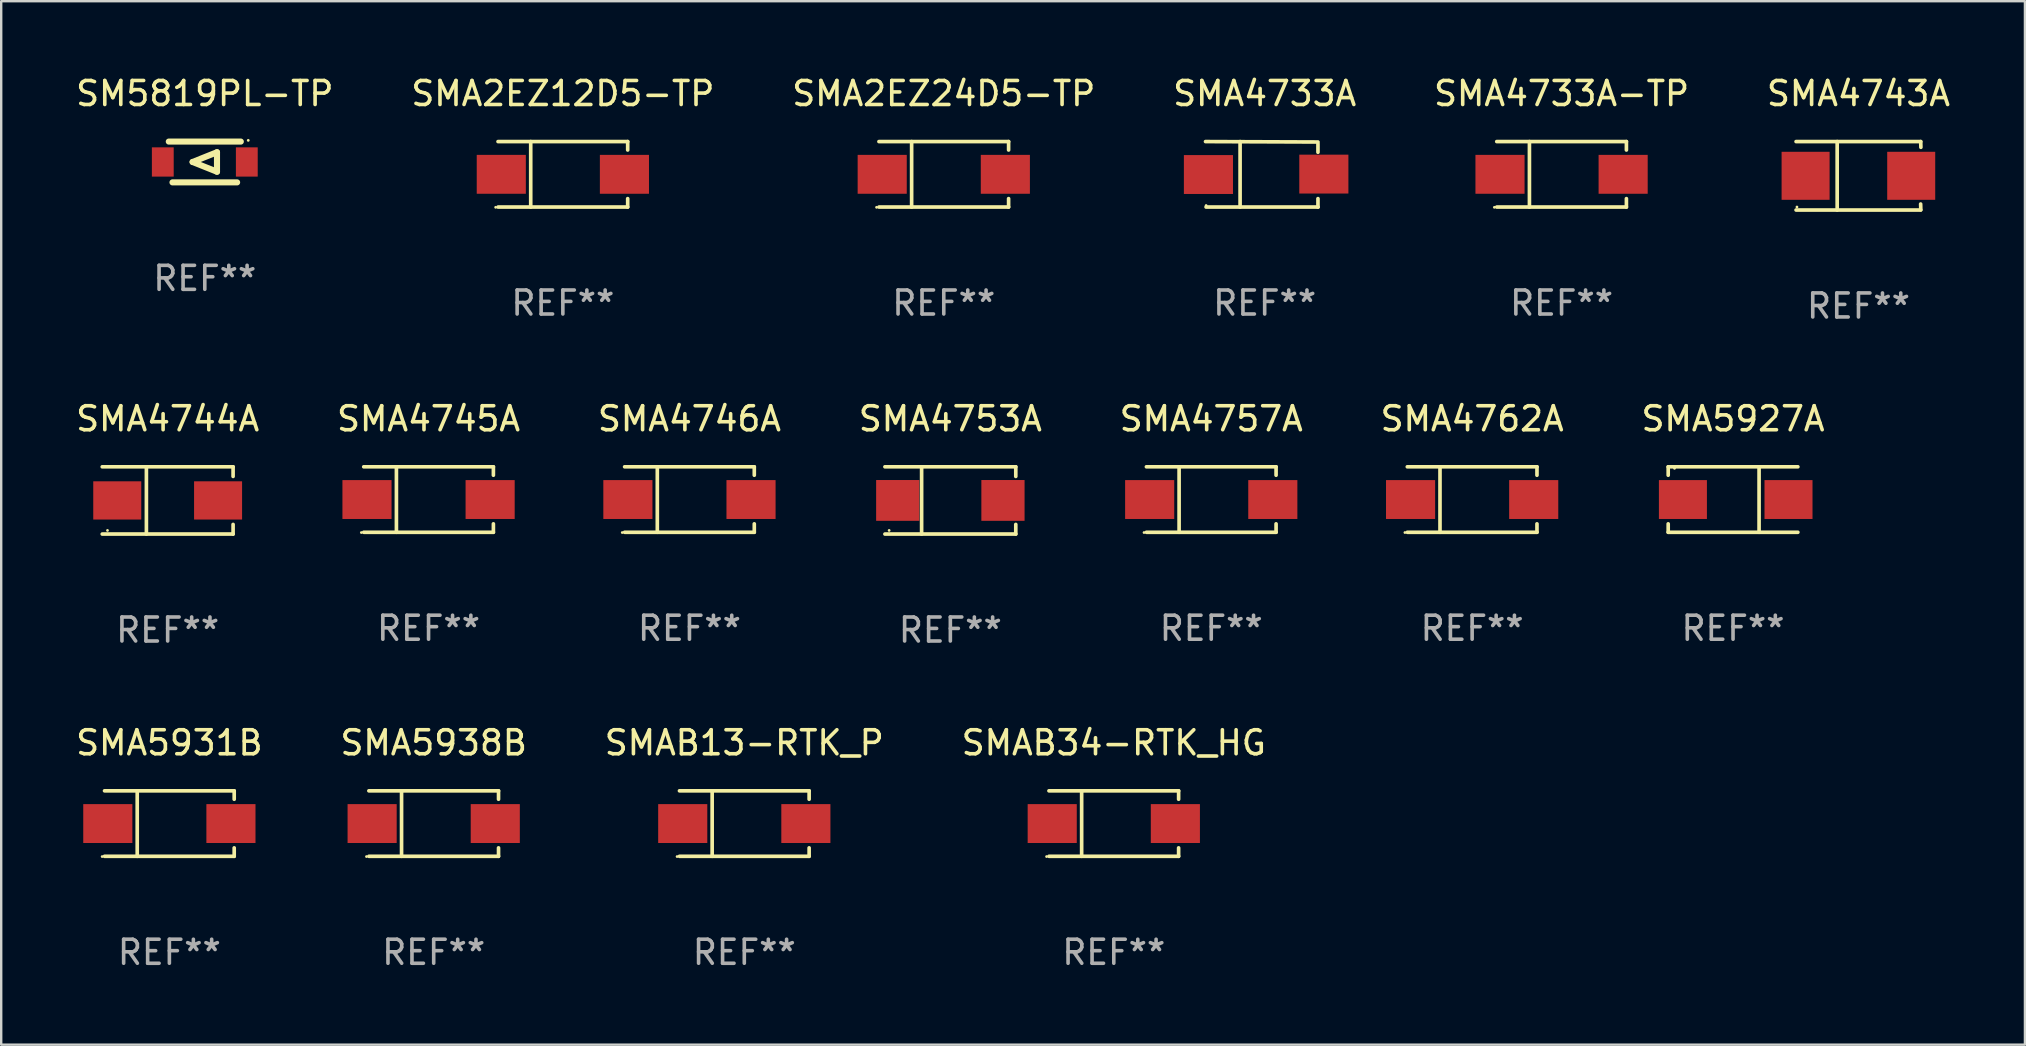
<source format=kicad_pcb>
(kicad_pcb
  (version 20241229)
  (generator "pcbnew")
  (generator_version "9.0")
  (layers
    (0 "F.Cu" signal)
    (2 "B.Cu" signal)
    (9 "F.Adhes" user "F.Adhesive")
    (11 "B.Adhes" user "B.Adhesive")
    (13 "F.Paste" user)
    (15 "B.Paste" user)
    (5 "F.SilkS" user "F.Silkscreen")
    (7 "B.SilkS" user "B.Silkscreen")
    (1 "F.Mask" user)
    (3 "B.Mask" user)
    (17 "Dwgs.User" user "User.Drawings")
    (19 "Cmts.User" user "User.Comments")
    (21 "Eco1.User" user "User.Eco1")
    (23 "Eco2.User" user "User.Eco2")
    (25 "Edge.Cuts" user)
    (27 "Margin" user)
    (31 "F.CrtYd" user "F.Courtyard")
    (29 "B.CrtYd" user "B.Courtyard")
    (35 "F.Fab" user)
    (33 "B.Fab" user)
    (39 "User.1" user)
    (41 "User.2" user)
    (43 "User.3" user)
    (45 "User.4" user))
  (footprint "SMA5927A"
    (layer "F.Cu")
    (at 69.149 17.761)
    (property "Reference" "SMA5927A" (at 0 -3.364 0) (layer "F.SilkS") (effects (font (size 1 1) (thickness 0.15))))
    (attr through_hole)
    (fp_line (start -2.701 -1.364) (end -2.701 -1.013) (stroke (width 0.152) (type solid)) (layer "F.SilkS"))
    (fp_line (start -2.701 1.364) (end -2.701 1.013) (stroke (width 0.152) (type solid)) (layer "F.SilkS"))
    (fp_line (start 1.085 1.364) (end 1.085 -1.364) (stroke (width 0.152) (type solid)) (layer "F.SilkS"))
    (fp_line (start 2.701 -1.364) (end -2.701 -1.364) (stroke (width 0.152) (type solid)) (layer "F.SilkS"))
    (fp_line (start 2.701 1.364) (end -2.701 1.364) (stroke (width 0.152) (type solid)) (layer "F.SilkS"))
    (fp_circle (center -2.438 -1.3) (end -2.408 -1.3) (stroke (width 0.06) (type solid)) (fill no) (layer "F.SilkS"))
    (fp_text user "REF**" (at 0 5.364 0) (layer "F.Fab") (effects (font (size 1 1) (thickness 0.15))))
    (pad "1" smd rect (at -2.088 -0.000051 180) (size 2 1.62) (layers "F.Cu" "F.Mask" "F.Paste"))
    (pad "2" smd rect (at 2.311 -0.000051 180) (size 2 1.62) (layers "F.Cu" "F.Mask" "F.Paste")))
  (footprint "SMA4757A"
    (layer "F.Cu")
    (at 47.411 17.761)
    (property "Reference" "SMA4757A" (at 0 -3.364 0) (layer "F.SilkS") (effects (font (size 1 1) (thickness 0.15))))
    (attr through_hole)
    (fp_line (start -2.701 -1.364) (end 2.701 -1.364) (stroke (width 0.152) (type solid)) (layer "F.SilkS"))
    (fp_line (start -2.701 1.364) (end 2.701 1.364) (stroke (width 0.152) (type solid)) (layer "F.SilkS"))
    (fp_line (start -1.339 -1.364) (end -1.339 1.364) (stroke (width 0.152) (type solid)) (layer "F.SilkS"))
    (fp_line (start 2.701 -1.364) (end 2.701 -1.013) (stroke (width 0.152) (type solid)) (layer "F.SilkS"))
    (fp_line (start 2.701 1.364) (end 2.701 1.013) (stroke (width 0.152) (type solid)) (layer "F.SilkS"))
    (fp_circle (center -2.8 1.375) (end -2.77 1.375) (stroke (width 0.06) (type solid)) (fill no) (layer "F.SilkS"))
    (fp_text user "REF**" (at 0 5.364 0) (layer "F.Fab") (effects (font (size 1 1) (thickness 0.15))))
    (pad "1" smd rect (at -2.565 -0.000025) (size 2.046 1.62) (layers "F.Cu" "F.Mask" "F.Paste"))
    (pad "2" smd rect (at 2.565 -0.000025) (size 2.046 1.62) (layers "F.Cu" "F.Mask" "F.Paste")))
  (footprint "SM5819PL-TP"
    (layer "F.Cu")
    (at 5.482 3.698)
    (property "Reference" "SM5819PL-TP" (at 0 -2.85 0) (layer "F.SilkS") (effects (font (size 1 1) (thickness 0.15))))
    (attr through_hole)
    (fp_line (start -1.5 -0.85) (end 1.5 -0.85) (stroke (width 0.254) (type solid)) (layer "F.SilkS"))
    (fp_line (start -0.508 0) (end 0.508 -0.406) (stroke (width 0.254) (type solid)) (layer "F.SilkS"))
    (fp_line (start 0.508 -0.406) (end 0.508 0.406) (stroke (width 0.254) (type solid)) (layer "F.SilkS"))
    (fp_line (start 0.508 0.406) (end -0.508 0) (stroke (width 0.254) (type solid)) (layer "F.SilkS"))
    (fp_line (start 1.346 0.85) (end -1.346 0.85) (stroke (width 0.254) (type solid)) (layer "F.SilkS"))
    (fp_circle (center 1.81 -0.9) (end 1.84 -0.9) (stroke (width 0.06) (type solid)) (fill no) (layer "F.SilkS"))
    (fp_text user "REF**" (at 0 4.85 0) (layer "F.Fab") (effects (font (size 1 1) (thickness 0.15))))
    (pad "1" smd rect (at 1.75 0) (size 0.909 1.219) (layers "F.Cu" "F.Mask" "F.Paste"))
    (pad "2" smd rect (at -1.75 0) (size 0.909 1.219) (layers "F.Cu" "F.Mask" "F.Paste")))
  (footprint "SMA2EZ12D5-TP"
    (layer "F.Cu")
    (at 20.399 4.212)
    (property "Reference" "SMA2EZ12D5-TP" (at 0 -3.364 0) (layer "F.SilkS") (effects (font (size 1 1) (thickness 0.15))))
    (attr through_hole)
    (fp_line (start -2.701 -1.364) (end 2.701 -1.364) (stroke (width 0.152) (type solid)) (layer "F.SilkS"))
    (fp_line (start -2.701 1.364) (end 2.701 1.364) (stroke (width 0.152) (type solid)) (layer "F.SilkS"))
    (fp_line (start -1.339 -1.364) (end -1.339 1.364) (stroke (width 0.152) (type solid)) (layer "F.SilkS"))
    (fp_line (start 2.701 -1.364) (end 2.701 -1.013) (stroke (width 0.152) (type solid)) (layer "F.SilkS"))
    (fp_line (start 2.701 1.364) (end 2.701 1.013) (stroke (width 0.152) (type solid)) (layer "F.SilkS"))
    (fp_circle (center -2.8 1.375) (end -2.77 1.375) (stroke (width 0.06) (type solid)) (fill no) (layer "F.SilkS"))
    (fp_text user "REF**" (at 0 5.364 0) (layer "F.Fab") (effects (font (size 1 1) (thickness 0.15))))
    (pad "1" smd rect (at -2.565 -0.000025) (size 2.046 1.62) (layers "F.Cu" "F.Mask" "F.Paste"))
    (pad "2" smd rect (at 2.565 -0.000025) (size 2.046 1.62) (layers "F.Cu" "F.Mask" "F.Paste")))
  (footprint "SMA5931B"
    (layer "F.Cu")
    (at 4.006 31.26)
    (property "Reference" "SMA5931B" (at 0 -3.364 0) (layer "F.SilkS") (effects (font (size 1 1) (thickness 0.15))))
    (attr through_hole)
    (fp_line (start -2.701 -1.364) (end 2.701 -1.364) (stroke (width 0.152) (type solid)) (layer "F.SilkS"))
    (fp_line (start -2.701 1.364) (end 2.701 1.364) (stroke (width 0.152) (type solid)) (layer "F.SilkS"))
    (fp_line (start -1.339 -1.364) (end -1.339 1.364) (stroke (width 0.152) (type solid)) (layer "F.SilkS"))
    (fp_line (start 2.701 -1.364) (end 2.701 -1.013) (stroke (width 0.152) (type solid)) (layer "F.SilkS"))
    (fp_line (start 2.701 1.364) (end 2.701 1.013) (stroke (width 0.152) (type solid)) (layer "F.SilkS"))
    (fp_circle (center -2.8 1.375) (end -2.77 1.375) (stroke (width 0.06) (type solid)) (fill no) (layer "F.SilkS"))
    (fp_text user "REF**" (at 0 5.364 0) (layer "F.Fab") (effects (font (size 1 1) (thickness 0.15))))
    (pad "1" smd rect (at -2.565 -0.000025) (size 2.046 1.62) (layers "F.Cu" "F.Mask" "F.Paste"))
    (pad "2" smd rect (at 2.565 -0.000025) (size 2.046 1.62) (layers "F.Cu" "F.Mask" "F.Paste")))
  (footprint "SMA4753A"
    (layer "F.Cu")
    (at 36.542 17.798)
    (property "Reference" "SMA4753A" (at 0 -3.401 0) (layer "F.SilkS") (effects (font (size 1 1) (thickness 0.15))))
    (attr through_hole)
    (fp_line (start -2.726 -1.401) (end 2.726 -1.401) (stroke (width 0.152) (type solid)) (layer "F.SilkS"))
    (fp_line (start -2.726 1.401) (end 2.726 1.401) (stroke (width 0.152) (type solid)) (layer "F.SilkS"))
    (fp_line (start -1.197 -1.401) (end -1.197 1.401) (stroke (width 0.152) (type solid)) (layer "F.SilkS"))
    (fp_line (start 2.726 -1.401) (end 2.726 -1) (stroke (width 0.152) (type solid)) (layer "F.SilkS"))
    (fp_line (start 2.726 1.401) (end 2.726 1) (stroke (width 0.152) (type solid)) (layer "F.SilkS"))
    (fp_circle (center -2.55 1.25) (end -2.52 1.25) (stroke (width 0.06) (type solid)) (fill no) (layer "F.SilkS"))
    (fp_text user "REF**" (at 0 5.401 0) (layer "F.Fab") (effects (font (size 1 1) (thickness 0.15))))
    (pad "1" smd rect (at -2.192 0) (size 1.8 1.7) (layers "F.Cu" "F.Mask" "F.Paste"))
    (pad "2" smd rect (at 2.192 0) (size 1.8 1.7) (layers "F.Cu" "F.Mask" "F.Paste")))
  (footprint "SMA4733A-TP"
    (layer "F.Cu")
    (at 62.006 4.212)
    (property "Reference" "SMA4733A-TP" (at 0 -3.364 0) (layer "F.SilkS") (effects (font (size 1 1) (thickness 0.15))))
    (attr through_hole)
    (fp_line (start -2.701 -1.364) (end 2.701 -1.364) (stroke (width 0.152) (type solid)) (layer "F.SilkS"))
    (fp_line (start -2.701 1.364) (end 2.701 1.364) (stroke (width 0.152) (type solid)) (layer "F.SilkS"))
    (fp_line (start -1.339 -1.364) (end -1.339 1.364) (stroke (width 0.152) (type solid)) (layer "F.SilkS"))
    (fp_line (start 2.701 -1.364) (end 2.701 -1.013) (stroke (width 0.152) (type solid)) (layer "F.SilkS"))
    (fp_line (start 2.701 1.364) (end 2.701 1.013) (stroke (width 0.152) (type solid)) (layer "F.SilkS"))
    (fp_circle (center -2.8 1.375) (end -2.77 1.375) (stroke (width 0.06) (type solid)) (fill no) (layer "F.SilkS"))
    (fp_text user "REF**" (at 0 5.364 0) (layer "F.Fab") (effects (font (size 1 1) (thickness 0.15))))
    (pad "1" smd rect (at -2.565 -0.000025) (size 2.046 1.62) (layers "F.Cu" "F.Mask" "F.Paste"))
    (pad "2" smd rect (at 2.565 -0.000025) (size 2.046 1.62) (layers "F.Cu" "F.Mask" "F.Paste")))
  (footprint "SMA4745A"
    (layer "F.Cu")
    (at 14.804 17.761)
    (property "Reference" "SMA4745A" (at 0 -3.364 0) (layer "F.SilkS") (effects (font (size 1 1) (thickness 0.15))))
    (attr through_hole)
    (fp_line (start -2.701 -1.364) (end 2.701 -1.364) (stroke (width 0.152) (type solid)) (layer "F.SilkS"))
    (fp_line (start -2.701 1.364) (end 2.701 1.364) (stroke (width 0.152) (type solid)) (layer "F.SilkS"))
    (fp_line (start -1.339 -1.364) (end -1.339 1.364) (stroke (width 0.152) (type solid)) (layer "F.SilkS"))
    (fp_line (start 2.701 -1.364) (end 2.701 -1.013) (stroke (width 0.152) (type solid)) (layer "F.SilkS"))
    (fp_line (start 2.701 1.364) (end 2.701 1.013) (stroke (width 0.152) (type solid)) (layer "F.SilkS"))
    (fp_circle (center -2.8 1.375) (end -2.77 1.375) (stroke (width 0.06) (type solid)) (fill no) (layer "F.SilkS"))
    (fp_text user "REF**" (at 0 5.364 0) (layer "F.Fab") (effects (font (size 1 1) (thickness 0.15))))
    (pad "1" smd rect (at -2.565 -0.000025) (size 2.046 1.62) (layers "F.Cu" "F.Mask" "F.Paste"))
    (pad "2" smd rect (at 2.565 -0.000025) (size 2.046 1.62) (layers "F.Cu" "F.Mask" "F.Paste")))
  (footprint "SMA4744A"
    (layer "F.Cu")
    (at 3.935 17.798)
    (property "Reference" "SMA4744A" (at 0 -3.401 0) (layer "F.SilkS") (effects (font (size 1 1) (thickness 0.15))))
    (attr through_hole)
    (fp_line (start -2.726 -1.401) (end 2.726 -1.401) (stroke (width 0.152) (type solid)) (layer "F.SilkS"))
    (fp_line (start -2.726 1.401) (end 2.726 1.401) (stroke (width 0.152) (type solid)) (layer "F.SilkS"))
    (fp_line (start -0.886 -1.401) (end -0.886 1.401) (stroke (width 0.152) (type solid)) (layer "F.SilkS"))
    (fp_line (start 2.726 -1.401) (end 2.726 -1) (stroke (width 0.152) (type solid)) (layer "F.SilkS"))
    (fp_line (start 2.726 1.401) (end 2.726 1) (stroke (width 0.152) (type solid)) (layer "F.SilkS"))
    (fp_circle (center -2.507 1.25) (end -2.477 1.25) (stroke (width 0.06) (type solid)) (fill no) (layer "F.SilkS"))
    (fp_text user "REF**" (at 0 5.401 0) (layer "F.Fab") (effects (font (size 1 1) (thickness 0.15))))
    (pad "1" smd rect (at -2.1 0 180) (size 2 1.593) (layers "F.Cu" "F.Mask" "F.Paste"))
    (pad "2" smd rect (at 2.1 0 180) (size 2 1.593) (layers "F.Cu" "F.Mask" "F.Paste")))
  (footprint "SMA2EZ24D5-TP"
    (layer "F.Cu")
    (at 36.268 4.212)
    (property "Reference" "SMA2EZ24D5-TP" (at 0 -3.364 0) (layer "F.SilkS") (effects (font (size 1 1) (thickness 0.15))))
    (attr through_hole)
    (fp_line (start -2.701 -1.364) (end 2.701 -1.364) (stroke (width 0.152) (type solid)) (layer "F.SilkS"))
    (fp_line (start -2.701 1.364) (end 2.701 1.364) (stroke (width 0.152) (type solid)) (layer "F.SilkS"))
    (fp_line (start -1.339 -1.364) (end -1.339 1.364) (stroke (width 0.152) (type solid)) (layer "F.SilkS"))
    (fp_line (start 2.701 -1.364) (end 2.701 -1.013) (stroke (width 0.152) (type solid)) (layer "F.SilkS"))
    (fp_line (start 2.701 1.364) (end 2.701 1.013) (stroke (width 0.152) (type solid)) (layer "F.SilkS"))
    (fp_circle (center -2.8 1.375) (end -2.77 1.375) (stroke (width 0.06) (type solid)) (fill no) (layer "F.SilkS"))
    (fp_text user "REF**" (at 0 5.364 0) (layer "F.Fab") (effects (font (size 1 1) (thickness 0.15))))
    (pad "1" smd rect (at -2.565 -0.000025) (size 2.046 1.62) (layers "F.Cu" "F.Mask" "F.Paste"))
    (pad "2" smd rect (at 2.565 -0.000025) (size 2.046 1.62) (layers "F.Cu" "F.Mask" "F.Paste")))
  (footprint "SMA4733A"
    (layer "F.Cu")
    (at 49.637 4.212)
    (property "Reference" "SMA4733A" (at 0 -3.364 0) (layer "F.SilkS") (effects (font (size 1 1) (thickness 0.15))))
    (attr through_hole)
    (fp_line (start -2.465 -1.364) (end 2.22 -1.346) (stroke (width 0.152) (type solid)) (layer "F.SilkS"))
    (fp_line (start -2.442 1.364) (end 2.226 1.364) (stroke (width 0.152) (type solid)) (layer "F.SilkS"))
    (fp_line (start -1.024 -1.364) (end -1.024 1.364) (stroke (width 0.152) (type solid)) (layer "F.SilkS"))
    (fp_line (start 2.22 -1.27) (end 2.22 -0.919) (stroke (width 0.152) (type solid)) (layer "F.SilkS"))
    (fp_line (start 2.22 1.364) (end 2.22 1.013) (stroke (width 0.152) (type solid)) (layer "F.SilkS"))
    (fp_circle (center -2.439 1.3) (end -2.409 1.3) (stroke (width 0.06) (type solid)) (fill no) (layer "F.SilkS"))
    (fp_text user "REF**" (at 0 5.364 0) (layer "F.Fab") (effects (font (size 1 1) (thickness 0.15))))
    (pad "1" smd rect (at -2.343 0.009) (size 2.046 1.62) (layers "F.Cu" "F.Mask" "F.Paste"))
    (pad "2" smd rect (at 2.465 -0.009 180) (size 2.046 1.62) (layers "F.Cu" "F.Mask" "F.Paste")))
  (footprint "SMA5938B"
    (layer "F.Cu")
    (at 15.018 31.26)
    (property "Reference" "SMA5938B" (at 0 -3.364 0) (layer "F.SilkS") (effects (font (size 1 1) (thickness 0.15))))
    (attr through_hole)
    (fp_line (start -2.701 -1.364) (end 2.701 -1.364) (stroke (width 0.152) (type solid)) (layer "F.SilkS"))
    (fp_line (start -2.701 1.364) (end 2.701 1.364) (stroke (width 0.152) (type solid)) (layer "F.SilkS"))
    (fp_line (start -1.339 -1.364) (end -1.339 1.364) (stroke (width 0.152) (type solid)) (layer "F.SilkS"))
    (fp_line (start 2.701 -1.364) (end 2.701 -1.013) (stroke (width 0.152) (type solid)) (layer "F.SilkS"))
    (fp_line (start 2.701 1.364) (end 2.701 1.013) (stroke (width 0.152) (type solid)) (layer "F.SilkS"))
    (fp_circle (center -2.8 1.375) (end -2.77 1.375) (stroke (width 0.06) (type solid)) (fill no) (layer "F.SilkS"))
    (fp_text user "REF**" (at 0 5.364 0) (layer "F.Fab") (effects (font (size 1 1) (thickness 0.15))))
    (pad "1" smd rect (at -2.565 -0.000025) (size 2.046 1.62) (layers "F.Cu" "F.Mask" "F.Paste"))
    (pad "2" smd rect (at 2.565 -0.000025) (size 2.046 1.62) (layers "F.Cu" "F.Mask" "F.Paste")))
  (footprint "SMAB34-RTK_HG"
    (layer "F.Cu")
    (at 43.351 31.26)
    (property "Reference" "SMAB34-RTK_HG" (at 0 -3.364 0) (layer "F.SilkS") (effects (font (size 1 1) (thickness 0.15))))
    (attr through_hole)
    (fp_line (start -2.701 -1.364) (end 2.701 -1.364) (stroke (width 0.152) (type solid)) (layer "F.SilkS"))
    (fp_line (start -2.701 1.364) (end 2.701 1.364) (stroke (width 0.152) (type solid)) (layer "F.SilkS"))
    (fp_line (start -1.339 -1.364) (end -1.339 1.364) (stroke (width 0.152) (type solid)) (layer "F.SilkS"))
    (fp_line (start 2.701 -1.364) (end 2.701 -1.013) (stroke (width 0.152) (type solid)) (layer "F.SilkS"))
    (fp_line (start 2.701 1.364) (end 2.701 1.013) (stroke (width 0.152) (type solid)) (layer "F.SilkS"))
    (fp_circle (center -2.8 1.375) (end -2.77 1.375) (stroke (width 0.06) (type solid)) (fill no) (layer "F.SilkS"))
    (fp_text user "REF**" (at 0 5.364 0) (layer "F.Fab") (effects (font (size 1 1) (thickness 0.15))))
    (pad "1" smd rect (at -2.565 -0.000025) (size 2.046 1.62) (layers "F.Cu" "F.Mask" "F.Paste"))
    (pad "2" smd rect (at 2.565 -0.000025) (size 2.046 1.62) (layers "F.Cu" "F.Mask" "F.Paste")))
  (footprint "SMAB13-RTK_P"
    (layer "F.Cu")
    (at 27.958 31.26)
    (property "Reference" "SMAB13-RTK_P" (at 0 -3.364 0) (layer "F.SilkS") (effects (font (size 1 1) (thickness 0.15))))
    (attr through_hole)
    (fp_line (start -2.701 -1.364) (end 2.701 -1.364) (stroke (width 0.152) (type solid)) (layer "F.SilkS"))
    (fp_line (start -2.701 1.364) (end 2.701 1.364) (stroke (width 0.152) (type solid)) (layer "F.SilkS"))
    (fp_line (start -1.339 -1.364) (end -1.339 1.364) (stroke (width 0.152) (type solid)) (layer "F.SilkS"))
    (fp_line (start 2.701 -1.364) (end 2.701 -1.013) (stroke (width 0.152) (type solid)) (layer "F.SilkS"))
    (fp_line (start 2.701 1.364) (end 2.701 1.013) (stroke (width 0.152) (type solid)) (layer "F.SilkS"))
    (fp_circle (center -2.8 1.375) (end -2.77 1.375) (stroke (width 0.06) (type solid)) (fill no) (layer "F.SilkS"))
    (fp_text user "REF**" (at 0 5.364 0) (layer "F.Fab") (effects (font (size 1 1) (thickness 0.15))))
    (pad "1" smd rect (at -2.565 -0.000025) (size 2.046 1.62) (layers "F.Cu" "F.Mask" "F.Paste"))
    (pad "2" smd rect (at 2.565 -0.000025) (size 2.046 1.62) (layers "F.Cu" "F.Mask" "F.Paste")))
  (footprint "SMA4743A"
    (layer "F.Cu")
    (at 74.375 4.274)
    (property "Reference" "SMA4743A" (at 0 -3.426 0) (layer "F.SilkS") (effects (font (size 1 1) (thickness 0.15))))
    (attr through_hole)
    (fp_line (start -2.6 -1.426) (end 2.593 -1.426) (stroke (width 0.152) (type solid)) (layer "F.SilkS"))
    (fp_line (start -2.6 1.426) (end 2.593 1.426) (stroke (width 0.152) (type solid)) (layer "F.SilkS"))
    (fp_line (start -0.887 -1.426) (end -0.887 1.426) (stroke (width 0.152) (type solid)) (layer "F.SilkS"))
    (fp_line (start 2.59 1.176) (end 2.597 1.415) (stroke (width 0.152) (type solid)) (layer "F.SilkS"))
    (fp_line (start 2.593 -1.426) (end 2.6 -1.187) (stroke (width 0.152) (type solid)) (layer "F.SilkS"))
    (fp_circle (center -2.563 1.3) (end -2.533 1.3) (stroke (width 0.06) (type solid)) (fill no) (layer "F.SilkS"))
    (fp_text user "REF**" (at 0 5.426 0) (layer "F.Fab") (effects (font (size 1 1) (thickness 0.15))))
    (pad "1" smd rect (at -2.203 -0.000025 180) (size 2 2) (layers "F.Cu" "F.Mask" "F.Paste"))
    (pad "2" smd rect (at 2.197 -0.000025 180) (size 2 2) (layers "F.Cu" "F.Mask" "F.Paste")))
  (footprint "SMA4746A"
    (layer "F.Cu")
    (at 25.673 17.761)
    (property "Reference" "SMA4746A" (at 0 -3.364 0) (layer "F.SilkS") (effects (font (size 1 1) (thickness 0.15))))
    (attr through_hole)
    (fp_line (start -2.701 -1.364) (end 2.701 -1.364) (stroke (width 0.152) (type solid)) (layer "F.SilkS"))
    (fp_line (start -2.701 1.364) (end 2.701 1.364) (stroke (width 0.152) (type solid)) (layer "F.SilkS"))
    (fp_line (start -1.339 -1.364) (end -1.339 1.364) (stroke (width 0.152) (type solid)) (layer "F.SilkS"))
    (fp_line (start 2.701 -1.364) (end 2.701 -1.013) (stroke (width 0.152) (type solid)) (layer "F.SilkS"))
    (fp_line (start 2.701 1.364) (end 2.701 1.013) (stroke (width 0.152) (type solid)) (layer "F.SilkS"))
    (fp_circle (center -2.8 1.375) (end -2.77 1.375) (stroke (width 0.06) (type solid)) (fill no) (layer "F.SilkS"))
    (fp_text user "REF**" (at 0 5.364 0) (layer "F.Fab") (effects (font (size 1 1) (thickness 0.15))))
    (pad "1" smd rect (at -2.565 -0.000025) (size 2.046 1.62) (layers "F.Cu" "F.Mask" "F.Paste"))
    (pad "2" smd rect (at 2.565 -0.000025) (size 2.046 1.62) (layers "F.Cu" "F.Mask" "F.Paste")))
  (footprint "SMA4762A"
    (layer "F.Cu")
    (at 58.28 17.761)
    (property "Reference" "SMA4762A" (at 0 -3.364 0) (layer "F.SilkS") (effects (font (size 1 1) (thickness 0.15))))
    (attr through_hole)
    (fp_line (start -2.701 -1.364) (end 2.701 -1.364) (stroke (width 0.152) (type solid)) (layer "F.SilkS"))
    (fp_line (start -2.701 1.364) (end 2.701 1.364) (stroke (width 0.152) (type solid)) (layer "F.SilkS"))
    (fp_line (start -1.339 -1.364) (end -1.339 1.364) (stroke (width 0.152) (type solid)) (layer "F.SilkS"))
    (fp_line (start 2.701 -1.364) (end 2.701 -1.013) (stroke (width 0.152) (type solid)) (layer "F.SilkS"))
    (fp_line (start 2.701 1.364) (end 2.701 1.013) (stroke (width 0.152) (type solid)) (layer "F.SilkS"))
    (fp_circle (center -2.8 1.375) (end -2.77 1.375) (stroke (width 0.06) (type solid)) (fill no) (layer "F.SilkS"))
    (fp_text user "REF**" (at 0 5.364 0) (layer "F.Fab") (effects (font (size 1 1) (thickness 0.15))))
    (pad "1" smd rect (at -2.565 -0.000025) (size 2.046 1.62) (layers "F.Cu" "F.Mask" "F.Paste"))
    (pad "2" smd rect (at 2.565 -0.000025) (size 2.046 1.62) (layers "F.Cu" "F.Mask" "F.Paste")))
  (gr_rect
    (start -3 -3)
    (end 81.31 40.472)
    (stroke (width 0.1) (type default))
    (fill no)
    (layer "Edge.Cuts")))
</source>
